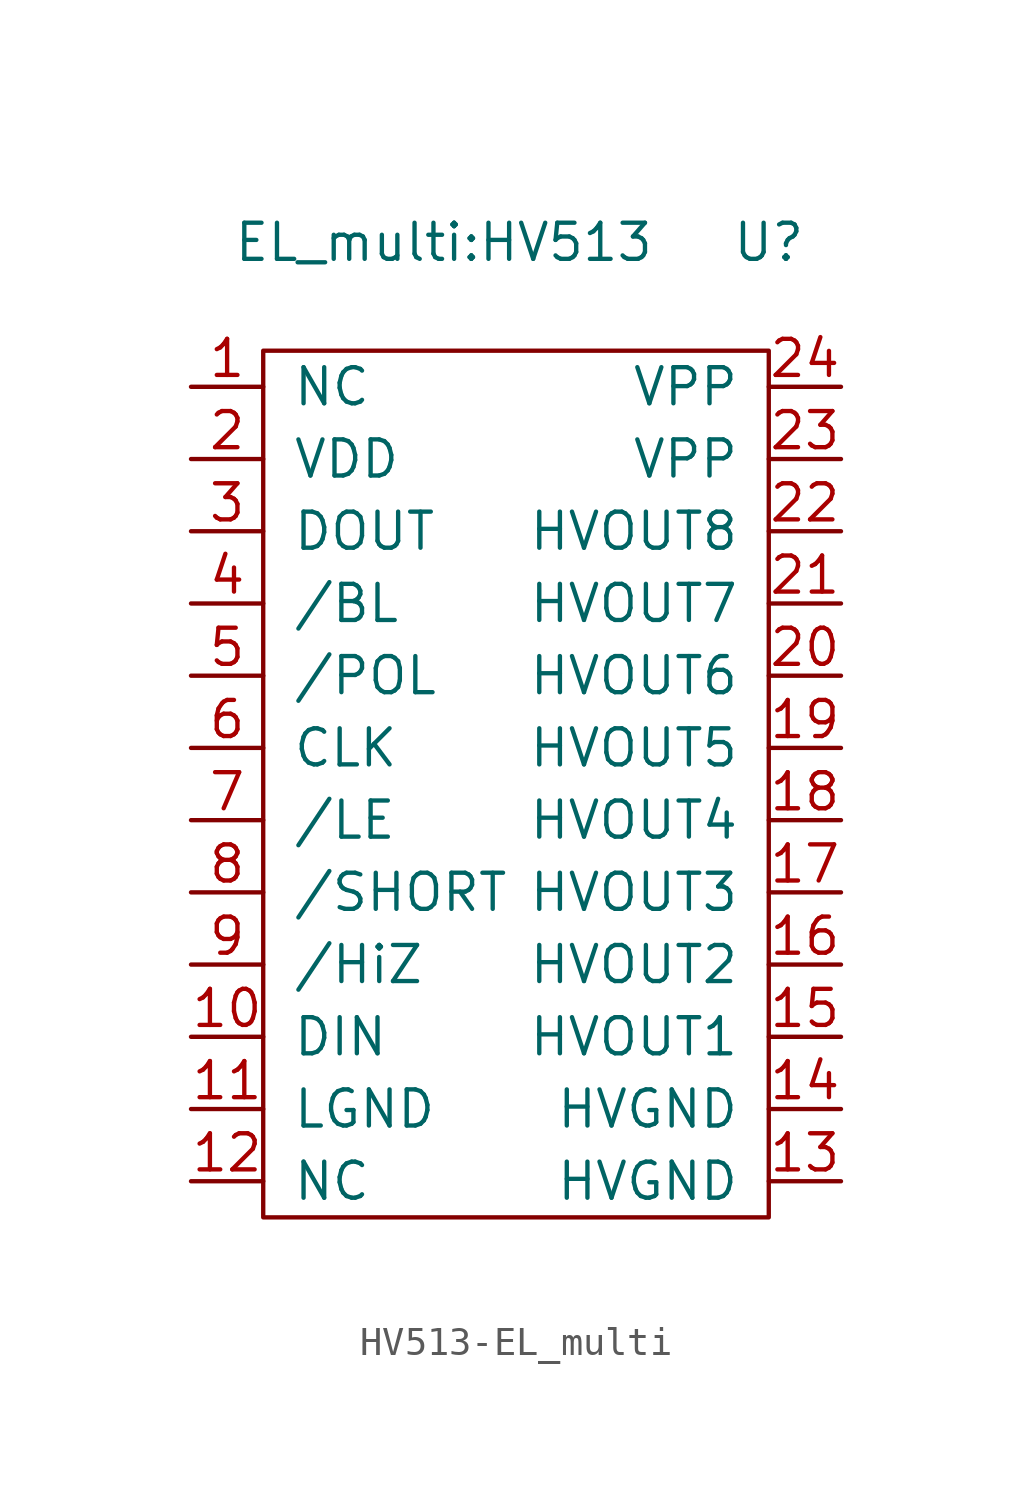
<source format=kicad_sym>
(kicad_symbol_lib
  (version 20241209)
  (generator "kicad_symbol_editor")
  (generator_version "9.0")
  (symbol "HV513-EL_multi"
    (pin_names
      (offset 1.016))
    (property "Reference" "U"
      (at 8.89 17.78 0)
      (effects (font (size 1.27 1.27))))
    (property "Value" "EL_multi:HV513"
      (at -2.54 17.78 0)
      (effects (font (size 1.27 1.27))))
    (symbol "HV513-EL_multi_0_1"
      (rectangle (start -8.89 13.97) (end 8.89 -16.51) (stroke (width 0) (type solid)) (fill (type none))))
    (symbol "HV513-EL_multi_1_1"
      (pin passive line (at -11.43 12.7 0) (length 2.54) (name "NC" (effects (font (size 1.27 1.27)))) (number "1" (effects (font (size 1.27 1.27)))))
      (pin passive line (at -11.43 10.16 0) (length 2.54) (name "VDD" (effects (font (size 1.27 1.27)))) (number "2" (effects (font (size 1.27 1.27)))))
      (pin passive line (at -11.43 7.62 0) (length 2.54) (name "DOUT" (effects (font (size 1.27 1.27)))) (number "3" (effects (font (size 1.27 1.27)))))
      (pin passive line (at -11.43 5.08 0) (length 2.54) (name "/BL" (effects (font (size 1.27 1.27)))) (number "4" (effects (font (size 1.27 1.27)))))
      (pin passive line (at -11.43 2.54 0) (length 2.54) (name "/POL" (effects (font (size 1.27 1.27)))) (number "5" (effects (font (size 1.27 1.27)))))
      (pin passive line (at -11.43 0 0) (length 2.54) (name "CLK" (effects (font (size 1.27 1.27)))) (number "6" (effects (font (size 1.27 1.27)))))
      (pin passive line (at -11.43 -2.54 0) (length 2.54) (name "/LE" (effects (font (size 1.27 1.27)))) (number "7" (effects (font (size 1.27 1.27)))))
      (pin passive line (at -11.43 -5.08 0) (length 2.54) (name "/SHORT" (effects (font (size 1.27 1.27)))) (number "8" (effects (font (size 1.27 1.27)))))
      (pin passive line (at -11.43 -7.62 0) (length 2.54) (name "/HiZ" (effects (font (size 1.27 1.27)))) (number "9" (effects (font (size 1.27 1.27)))))
      (pin passive line (at -11.43 -10.16 0) (length 2.54) (name "DIN" (effects (font (size 1.27 1.27)))) (number "10" (effects (font (size 1.27 1.27)))))
      (pin passive line (at -11.43 -12.7 0) (length 2.54) (name "LGND" (effects (font (size 1.27 1.27)))) (number "11" (effects (font (size 1.27 1.27)))))
      (pin passive line (at -11.43 -15.24 0) (length 2.54) (name "NC" (effects (font (size 1.27 1.27)))) (number "12" (effects (font (size 1.27 1.27)))))
      (pin passive line (at 11.43 12.7 180) (length 2.54) (name "VPP" (effects (font (size 1.27 1.27)))) (number "24" (effects (font (size 1.27 1.27)))))
      (pin passive line (at 11.43 10.16 180) (length 2.54) (name "VPP" (effects (font (size 1.27 1.27)))) (number "23" (effects (font (size 1.27 1.27)))))
      (pin passive line (at 11.43 7.62 180) (length 2.54) (name "HVOUT8" (effects (font (size 1.27 1.27)))) (number "22" (effects (font (size 1.27 1.27)))))
      (pin passive line (at 11.43 5.08 180) (length 2.54) (name "HVOUT7" (effects (font (size 1.27 1.27)))) (number "21" (effects (font (size 1.27 1.27)))))
      (pin passive line (at 11.43 2.54 180) (length 2.54) (name "HVOUT6" (effects (font (size 1.27 1.27)))) (number "20" (effects (font (size 1.27 1.27)))))
      (pin passive line (at 11.43 0 180) (length 2.54) (name "HVOUT5" (effects (font (size 1.27 1.27)))) (number "19" (effects (font (size 1.27 1.27)))))
      (pin passive line (at 11.43 -2.54 180) (length 2.54) (name "HVOUT4" (effects (font (size 1.27 1.27)))) (number "18" (effects (font (size 1.27 1.27)))))
      (pin passive line (at 11.43 -5.08 180) (length 2.54) (name "HVOUT3" (effects (font (size 1.27 1.27)))) (number "17" (effects (font (size 1.27 1.27)))))
      (pin passive line (at 11.43 -7.62 180) (length 2.54) (name "HVOUT2" (effects (font (size 1.27 1.27)))) (number "16" (effects (font (size 1.27 1.27)))))
      (pin passive line (at 11.43 -10.16 180) (length 2.54) (name "HVOUT1" (effects (font (size 1.27 1.27)))) (number "15" (effects (font (size 1.27 1.27)))))
      (pin passive line (at 11.43 -12.7 180) (length 2.54) (name "HVGND" (effects (font (size 1.27 1.27)))) (number "14" (effects (font (size 1.27 1.27)))))
      (pin passive line (at 11.43 -15.24 180) (length 2.54) (name "HVGND" (effects (font (size 1.27 1.27)))) (number "13" (effects (font (size 1.27 1.27))))))))
</source>
